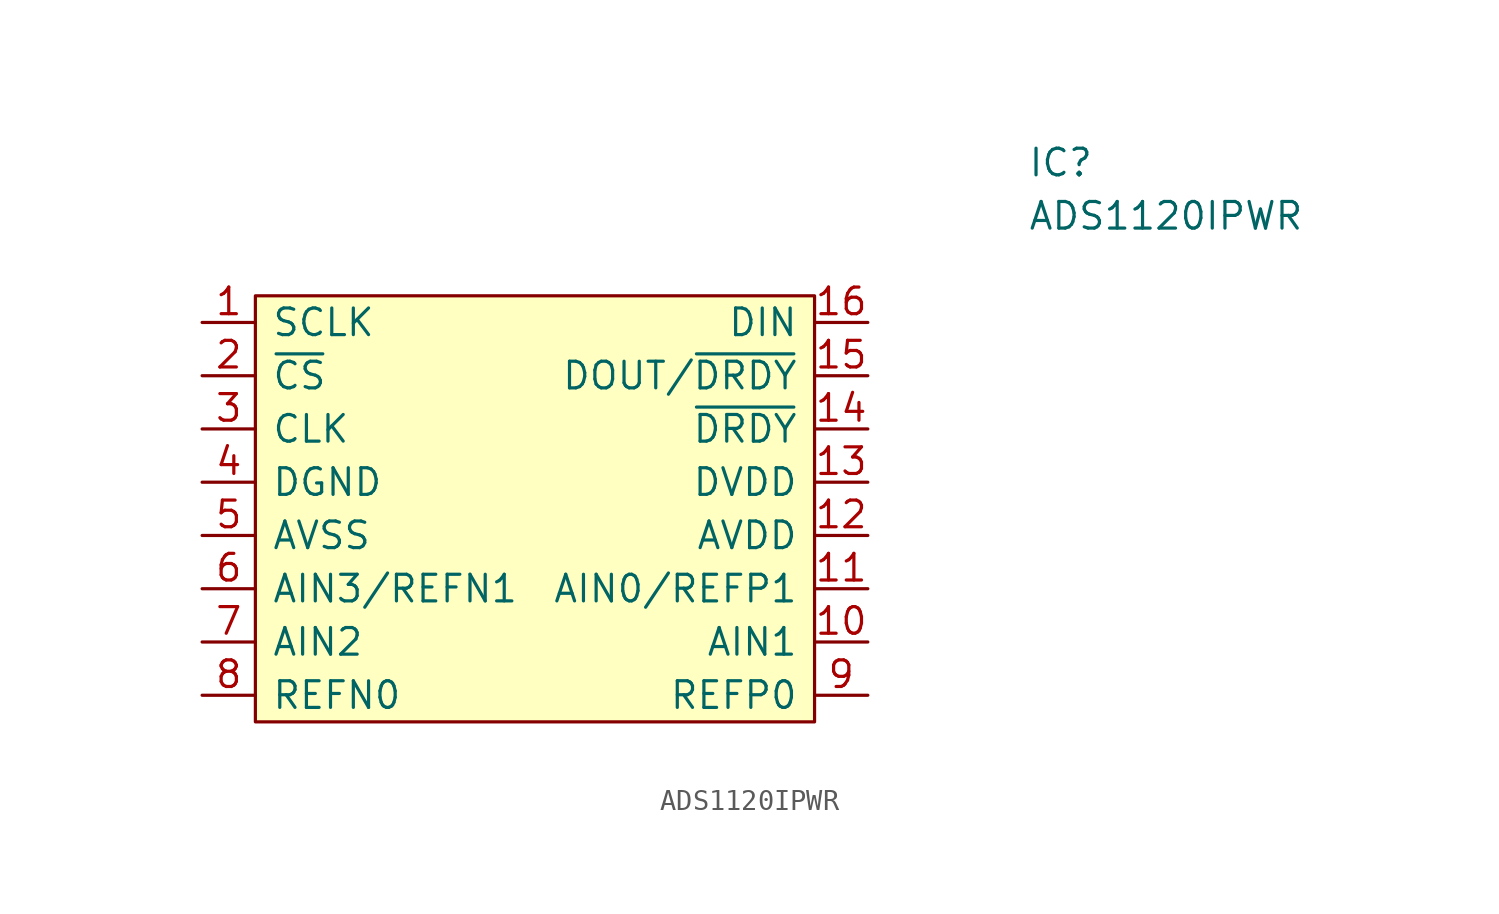
<source format=kicad_sym>
(kicad_symbol_lib
  (version 20211014)
  (generator kicad_symbol_editor)
  (symbol "ADS1120IPWR"
    (pin_names
      (offset 0.762))
    (property "Reference" "IC"
      (at 39.37 7.62 0)
      (effects (font (size 1.27 1.27)) (justify left)))
    (property "Value" "ADS1120IPWR"
      (at 39.37 5.08 0)
      (effects (font (size 1.27 1.27)) (justify left)))
    (symbol "ADS1120IPWR_0_0"
      (pin passive line (at 0 0 0) (length 2.54) (name "SCLK" (effects (font (size 1.27 1.27)))) (number "1" (effects (font (size 1.27 1.27)))))
      (pin passive line (at 31.75 -15.24 180) (length 2.54) (name "AIN1" (effects (font (size 1.27 1.27)))) (number "10" (effects (font (size 1.27 1.27)))))
      (pin passive line (at 31.75 -12.7 180) (length 2.54) (name "AIN0/REFP1" (effects (font (size 1.27 1.27)))) (number "11" (effects (font (size 1.27 1.27)))))
      (pin passive line (at 31.75 -10.16 180) (length 2.54) (name "AVDD" (effects (font (size 1.27 1.27)))) (number "12" (effects (font (size 1.27 1.27)))))
      (pin passive line (at 31.75 -7.62 180) (length 2.54) (name "DVDD" (effects (font (size 1.27 1.27)))) (number "13" (effects (font (size 1.27 1.27)))))
      (pin passive line (at 31.75 -5.08 180) (length 2.54) (name "~{DRDY}" (effects (font (size 1.27 1.27)))) (number "14" (effects (font (size 1.27 1.27)))))
      (pin passive line (at 31.75 -2.54 180) (length 2.54) (name "DOUT/~{DRDY}" (effects (font (size 1.27 1.27)))) (number "15" (effects (font (size 1.27 1.27)))))
      (pin passive line (at 31.75 0 180) (length 2.54) (name "DIN" (effects (font (size 1.27 1.27)))) (number "16" (effects (font (size 1.27 1.27)))))
      (pin passive line (at 0 -2.54 0) (length 2.54) (name "~{CS}" (effects (font (size 1.27 1.27)))) (number "2" (effects (font (size 1.27 1.27)))))
      (pin passive line (at 0 -5.08 0) (length 2.54) (name "CLK" (effects (font (size 1.27 1.27)))) (number "3" (effects (font (size 1.27 1.27)))))
      (pin passive line (at 0 -7.62 0) (length 2.54) (name "DGND" (effects (font (size 1.27 1.27)))) (number "4" (effects (font (size 1.27 1.27)))))
      (pin passive line (at 0 -10.16 0) (length 2.54) (name "AVSS" (effects (font (size 1.27 1.27)))) (number "5" (effects (font (size 1.27 1.27)))))
      (pin passive line (at 0 -12.7 0) (length 2.54) (name "AIN3/REFN1" (effects (font (size 1.27 1.27)))) (number "6" (effects (font (size 1.27 1.27)))))
      (pin passive line (at 0 -15.24 0) (length 2.54) (name "AIN2" (effects (font (size 1.27 1.27)))) (number "7" (effects (font (size 1.27 1.27)))))
      (pin passive line (at 0 -17.78 0) (length 2.54) (name "REFN0" (effects (font (size 1.27 1.27)))) (number "8" (effects (font (size 1.27 1.27)))))
      (pin passive line (at 31.75 -17.78 180) (length 2.54) (name "REFP0" (effects (font (size 1.27 1.27)))) (number "9" (effects (font (size 1.27 1.27))))))
    (symbol "ADS1120IPWR_0_1"
      (rectangle (start 2.54 1.27) (end 29.21 -19.05) (stroke (width 0.152) (type default) (color 0 0 0 0)) (fill (type background))))))
</source>
